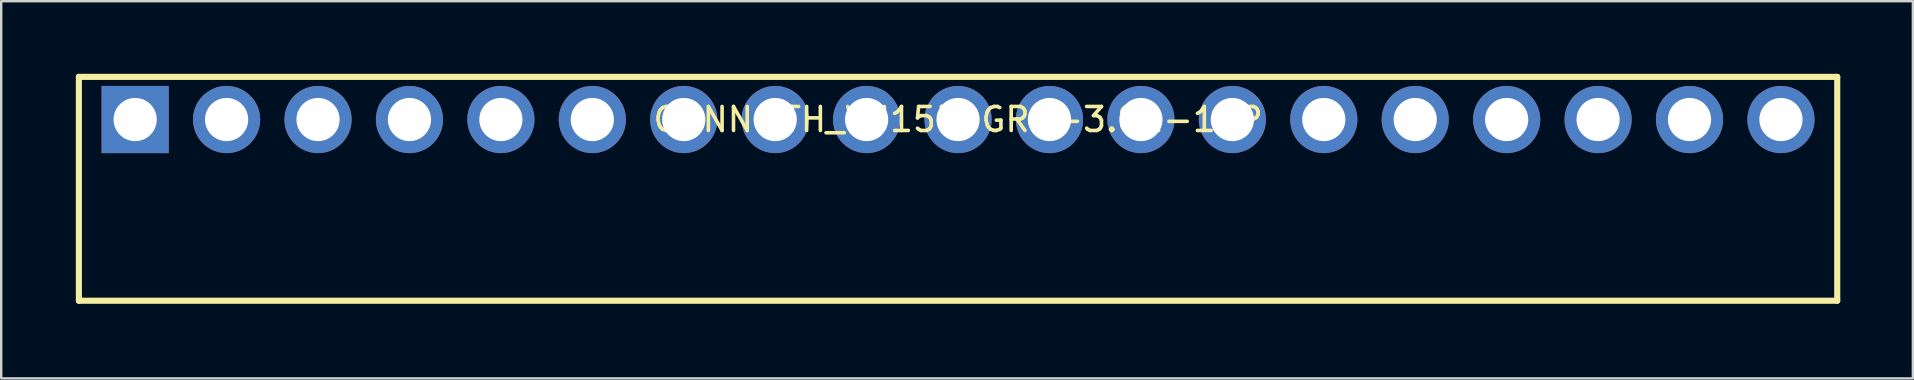
<source format=kicad_pcb>
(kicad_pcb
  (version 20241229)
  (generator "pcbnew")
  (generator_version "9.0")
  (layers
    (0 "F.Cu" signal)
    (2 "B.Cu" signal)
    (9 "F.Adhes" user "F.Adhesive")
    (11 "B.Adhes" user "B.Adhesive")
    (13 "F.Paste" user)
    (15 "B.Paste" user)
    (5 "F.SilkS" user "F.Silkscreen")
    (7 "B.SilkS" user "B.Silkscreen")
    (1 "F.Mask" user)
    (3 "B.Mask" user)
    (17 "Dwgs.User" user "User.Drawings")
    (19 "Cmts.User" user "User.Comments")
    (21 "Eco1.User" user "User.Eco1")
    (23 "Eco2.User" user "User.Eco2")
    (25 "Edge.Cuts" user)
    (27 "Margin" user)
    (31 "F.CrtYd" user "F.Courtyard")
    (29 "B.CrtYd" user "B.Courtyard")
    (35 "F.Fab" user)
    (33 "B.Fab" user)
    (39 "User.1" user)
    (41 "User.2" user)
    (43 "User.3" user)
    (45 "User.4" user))
  (footprint "CONN-TH_WJ15EDGRC-3.81-19P"
    (layer "F.Cu")
    (at 36.872 1.931)
    (property "Reference" "CONN-TH_WJ15EDGRC-3.81-19P" (at 0 0 0) (unlocked yes) (layer "F.SilkS") (effects (font (size 1 1) (thickness 0.15))))
    (fp_line (start -36.635 -1.778) (end -36.635 7.55) (stroke (width 0.254) (type default)) (layer "F.SilkS"))
    (fp_line (start -36.635 -1.778) (end 36.635 -1.778) (stroke (width 0.254) (type default)) (layer "F.SilkS"))
    (fp_line (start -36.635 7.55) (end 36.635 7.55) (stroke (width 0.254) (type default)) (layer "F.SilkS"))
    (fp_line (start 36.635 -1.778) (end 36.635 7.55) (stroke (width 0.254) (type default)) (layer "F.SilkS"))
    (fp_poly (pts (xy -33.49 0) (xy -33.51 -0.178) (xy -33.569 -0.347) (xy -33.665 -0.499) (xy -33.791 -0.625) (xy -33.943 -0.721) (xy -34.112 -0.78) (xy -34.29 -0.8) (xy -34.468 -0.78) (xy -34.637 -0.721) (xy -34.789 -0.625) (xy -34.915 -0.499) (xy -35.011 -0.347) (xy -35.07 -0.178) (xy -35.09 0) (xy -35.07 0.178) (xy -35.011 0.347) (xy -34.915 0.499) (xy -34.789 0.625) (xy -34.637 0.721) (xy -34.468 0.78) (xy -34.29 0.8) (xy -34.112 0.78) (xy -33.943 0.721) (xy -33.791 0.625) (xy -33.665 0.499) (xy -33.569 0.347) (xy -33.51 0.178)) (stroke (width 0.1) (type default)) (fill no) (layer "User.1"))
    (fp_poly (pts (xy -29.68 0) (xy -29.7 -0.178) (xy -29.759 -0.347) (xy -29.855 -0.499) (xy -29.981 -0.625) (xy -30.133 -0.721) (xy -30.302 -0.78) (xy -30.48 -0.8) (xy -30.658 -0.78) (xy -30.827 -0.721) (xy -30.979 -0.625) (xy -31.105 -0.499) (xy -31.201 -0.347) (xy -31.26 -0.178) (xy -31.28 0) (xy -31.26 0.178) (xy -31.201 0.347) (xy -31.105 0.499) (xy -30.979 0.625) (xy -30.827 0.721) (xy -30.658 0.78) (xy -30.48 0.8) (xy -30.302 0.78) (xy -30.133 0.721) (xy -29.981 0.625) (xy -29.855 0.499) (xy -29.759 0.347) (xy -29.7 0.178)) (stroke (width 0.1) (type default)) (fill no) (layer "User.1"))
    (fp_poly (pts (xy -25.87 0) (xy -25.89 -0.178) (xy -25.949 -0.347) (xy -26.045 -0.499) (xy -26.171 -0.625) (xy -26.323 -0.721) (xy -26.492 -0.78) (xy -26.67 -0.8) (xy -26.848 -0.78) (xy -27.017 -0.721) (xy -27.169 -0.625) (xy -27.295 -0.499) (xy -27.391 -0.347) (xy -27.45 -0.178) (xy -27.47 0) (xy -27.45 0.178) (xy -27.391 0.347) (xy -27.295 0.499) (xy -27.169 0.625) (xy -27.017 0.721) (xy -26.848 0.78) (xy -26.67 0.8) (xy -26.492 0.78) (xy -26.323 0.721) (xy -26.171 0.625) (xy -26.045 0.499) (xy -25.949 0.347) (xy -25.89 0.178)) (stroke (width 0.1) (type default)) (fill no) (layer "User.1"))
    (fp_poly (pts (xy -22.06 0) (xy -22.08 -0.178) (xy -22.139 -0.347) (xy -22.235 -0.499) (xy -22.361 -0.625) (xy -22.513 -0.721) (xy -22.682 -0.78) (xy -22.86 -0.8) (xy -23.038 -0.78) (xy -23.207 -0.721) (xy -23.359 -0.625) (xy -23.485 -0.499) (xy -23.581 -0.347) (xy -23.64 -0.178) (xy -23.66 0) (xy -23.64 0.178) (xy -23.581 0.347) (xy -23.485 0.499) (xy -23.359 0.625) (xy -23.207 0.721) (xy -23.038 0.78) (xy -22.86 0.8) (xy -22.682 0.78) (xy -22.513 0.721) (xy -22.361 0.625) (xy -22.235 0.499) (xy -22.139 0.347) (xy -22.08 0.178)) (stroke (width 0.1) (type default)) (fill no) (layer "User.1"))
    (fp_poly (pts (xy -18.25 0) (xy -18.27 -0.178) (xy -18.329 -0.347) (xy -18.425 -0.499) (xy -18.551 -0.625) (xy -18.703 -0.721) (xy -18.872 -0.78) (xy -19.05 -0.8) (xy -19.228 -0.78) (xy -19.397 -0.721) (xy -19.549 -0.625) (xy -19.675 -0.499) (xy -19.771 -0.347) (xy -19.83 -0.178) (xy -19.85 0) (xy -19.83 0.178) (xy -19.771 0.347) (xy -19.675 0.499) (xy -19.549 0.625) (xy -19.397 0.721) (xy -19.228 0.78) (xy -19.05 0.8) (xy -18.872 0.78) (xy -18.703 0.721) (xy -18.551 0.625) (xy -18.425 0.499) (xy -18.329 0.347) (xy -18.27 0.178)) (stroke (width 0.1) (type default)) (fill no) (layer "User.1"))
    (fp_poly (pts (xy -14.44 0) (xy -14.46 -0.178) (xy -14.519 -0.347) (xy -14.615 -0.499) (xy -14.741 -0.625) (xy -14.893 -0.721) (xy -15.062 -0.78) (xy -15.24 -0.8) (xy -15.418 -0.78) (xy -15.587 -0.721) (xy -15.739 -0.625) (xy -15.865 -0.499) (xy -15.961 -0.347) (xy -16.02 -0.178) (xy -16.04 0) (xy -16.02 0.178) (xy -15.961 0.347) (xy -15.865 0.499) (xy -15.739 0.625) (xy -15.587 0.721) (xy -15.418 0.78) (xy -15.24 0.8) (xy -15.062 0.78) (xy -14.893 0.721) (xy -14.741 0.625) (xy -14.615 0.499) (xy -14.519 0.347) (xy -14.46 0.178)) (stroke (width 0.1) (type default)) (fill no) (layer "User.1"))
    (fp_poly (pts (xy -10.63 0) (xy -10.65 -0.178) (xy -10.709 -0.347) (xy -10.805 -0.499) (xy -10.931 -0.625) (xy -11.083 -0.721) (xy -11.252 -0.78) (xy -11.43 -0.8) (xy -11.608 -0.78) (xy -11.777 -0.721) (xy -11.929 -0.625) (xy -12.055 -0.499) (xy -12.151 -0.347) (xy -12.21 -0.178) (xy -12.23 0) (xy -12.21 0.178) (xy -12.151 0.347) (xy -12.055 0.499) (xy -11.929 0.625) (xy -11.777 0.721) (xy -11.608 0.78) (xy -11.43 0.8) (xy -11.252 0.78) (xy -11.083 0.721) (xy -10.931 0.625) (xy -10.805 0.499) (xy -10.709 0.347) (xy -10.65 0.178)) (stroke (width 0.1) (type default)) (fill no) (layer "User.1"))
    (fp_poly (pts (xy -6.82 0) (xy -6.84 -0.178) (xy -6.899 -0.347) (xy -6.995 -0.499) (xy -7.121 -0.625) (xy -7.273 -0.721) (xy -7.442 -0.78) (xy -7.62 -0.8) (xy -7.798 -0.78) (xy -7.967 -0.721) (xy -8.119 -0.625) (xy -8.245 -0.499) (xy -8.341 -0.347) (xy -8.4 -0.178) (xy -8.42 0) (xy -8.4 0.178) (xy -8.341 0.347) (xy -8.245 0.499) (xy -8.119 0.625) (xy -7.967 0.721) (xy -7.798 0.78) (xy -7.62 0.8) (xy -7.442 0.78) (xy -7.273 0.721) (xy -7.121 0.625) (xy -6.995 0.499) (xy -6.899 0.347) (xy -6.84 0.178)) (stroke (width 0.1) (type default)) (fill no) (layer "User.1"))
    (fp_poly (pts (xy -3.01 0) (xy -3.03 -0.178) (xy -3.089 -0.347) (xy -3.185 -0.499) (xy -3.311 -0.625) (xy -3.463 -0.721) (xy -3.632 -0.78) (xy -3.81 -0.8) (xy -3.988 -0.78) (xy -4.157 -0.721) (xy -4.309 -0.625) (xy -4.435 -0.499) (xy -4.531 -0.347) (xy -4.59 -0.178) (xy -4.61 0) (xy -4.59 0.178) (xy -4.531 0.347) (xy -4.435 0.499) (xy -4.309 0.625) (xy -4.157 0.721) (xy -3.988 0.78) (xy -3.81 0.8) (xy -3.632 0.78) (xy -3.463 0.721) (xy -3.311 0.625) (xy -3.185 0.499) (xy -3.089 0.347) (xy -3.03 0.178)) (stroke (width 0.1) (type default)) (fill no) (layer "User.1"))
    (fp_poly (pts (xy 0.8 0) (xy 0.78 -0.178) (xy 0.721 -0.347) (xy 0.625 -0.499) (xy 0.499 -0.625) (xy 0.347 -0.721) (xy 0.178 -0.78) (xy 0 -0.8) (xy -0.178 -0.78) (xy -0.347 -0.721) (xy -0.499 -0.625) (xy -0.625 -0.499) (xy -0.721 -0.347) (xy -0.78 -0.178) (xy -0.8 0) (xy -0.78 0.178) (xy -0.721 0.347) (xy -0.625 0.499) (xy -0.499 0.625) (xy -0.347 0.721) (xy -0.178 0.78) (xy 0 0.8) (xy 0.178 0.78) (xy 0.347 0.721) (xy 0.499 0.625) (xy 0.625 0.499) (xy 0.721 0.347) (xy 0.78 0.178)) (stroke (width 0.1) (type default)) (fill no) (layer "User.1"))
    (fp_poly (pts (xy 4.61 0) (xy 4.59 -0.178) (xy 4.531 -0.347) (xy 4.435 -0.499) (xy 4.309 -0.625) (xy 4.157 -0.721) (xy 3.988 -0.78) (xy 3.81 -0.8) (xy 3.632 -0.78) (xy 3.463 -0.721) (xy 3.311 -0.625) (xy 3.185 -0.499) (xy 3.089 -0.347) (xy 3.03 -0.178) (xy 3.01 0) (xy 3.03 0.178) (xy 3.089 0.347) (xy 3.185 0.499) (xy 3.311 0.625) (xy 3.463 0.721) (xy 3.632 0.78) (xy 3.81 0.8) (xy 3.988 0.78) (xy 4.157 0.721) (xy 4.309 0.625) (xy 4.435 0.499) (xy 4.531 0.347) (xy 4.59 0.178)) (stroke (width 0.1) (type default)) (fill no) (layer "User.1"))
    (fp_poly (pts (xy 8.42 0) (xy 8.4 -0.178) (xy 8.341 -0.347) (xy 8.245 -0.499) (xy 8.119 -0.625) (xy 7.967 -0.721) (xy 7.798 -0.78) (xy 7.62 -0.8) (xy 7.442 -0.78) (xy 7.273 -0.721) (xy 7.121 -0.625) (xy 6.995 -0.499) (xy 6.899 -0.347) (xy 6.84 -0.178) (xy 6.82 0) (xy 6.84 0.178) (xy 6.899 0.347) (xy 6.995 0.499) (xy 7.121 0.625) (xy 7.273 0.721) (xy 7.442 0.78) (xy 7.62 0.8) (xy 7.798 0.78) (xy 7.967 0.721) (xy 8.119 0.625) (xy 8.245 0.499) (xy 8.341 0.347) (xy 8.4 0.178)) (stroke (width 0.1) (type default)) (fill no) (layer "User.1"))
    (fp_poly (pts (xy 12.23 0) (xy 12.21 -0.178) (xy 12.151 -0.347) (xy 12.055 -0.499) (xy 11.929 -0.625) (xy 11.777 -0.721) (xy 11.608 -0.78) (xy 11.43 -0.8) (xy 11.252 -0.78) (xy 11.083 -0.721) (xy 10.931 -0.625) (xy 10.805 -0.499) (xy 10.709 -0.347) (xy 10.65 -0.178) (xy 10.63 0) (xy 10.65 0.178) (xy 10.709 0.347) (xy 10.805 0.499) (xy 10.931 0.625) (xy 11.083 0.721) (xy 11.252 0.78) (xy 11.43 0.8) (xy 11.608 0.78) (xy 11.777 0.721) (xy 11.929 0.625) (xy 12.055 0.499) (xy 12.151 0.347) (xy 12.21 0.178)) (stroke (width 0.1) (type default)) (fill no) (layer "User.1"))
    (fp_poly (pts (xy 16.04 0) (xy 16.02 -0.178) (xy 15.961 -0.347) (xy 15.865 -0.499) (xy 15.739 -0.625) (xy 15.587 -0.721) (xy 15.418 -0.78) (xy 15.24 -0.8) (xy 15.062 -0.78) (xy 14.893 -0.721) (xy 14.741 -0.625) (xy 14.615 -0.499) (xy 14.519 -0.347) (xy 14.46 -0.178) (xy 14.44 0) (xy 14.46 0.178) (xy 14.519 0.347) (xy 14.615 0.499) (xy 14.741 0.625) (xy 14.893 0.721) (xy 15.062 0.78) (xy 15.24 0.8) (xy 15.418 0.78) (xy 15.587 0.721) (xy 15.739 0.625) (xy 15.865 0.499) (xy 15.961 0.347) (xy 16.02 0.178)) (stroke (width 0.1) (type default)) (fill no) (layer "User.1"))
    (fp_poly (pts (xy 19.85 0) (xy 19.83 -0.178) (xy 19.771 -0.347) (xy 19.675 -0.499) (xy 19.549 -0.625) (xy 19.397 -0.721) (xy 19.228 -0.78) (xy 19.05 -0.8) (xy 18.872 -0.78) (xy 18.703 -0.721) (xy 18.551 -0.625) (xy 18.425 -0.499) (xy 18.329 -0.347) (xy 18.27 -0.178) (xy 18.25 0) (xy 18.27 0.178) (xy 18.329 0.347) (xy 18.425 0.499) (xy 18.551 0.625) (xy 18.703 0.721) (xy 18.872 0.78) (xy 19.05 0.8) (xy 19.228 0.78) (xy 19.397 0.721) (xy 19.549 0.625) (xy 19.675 0.499) (xy 19.771 0.347) (xy 19.83 0.178)) (stroke (width 0.1) (type default)) (fill no) (layer "User.1"))
    (fp_poly (pts (xy 23.66 0) (xy 23.64 -0.178) (xy 23.581 -0.347) (xy 23.485 -0.499) (xy 23.359 -0.625) (xy 23.207 -0.721) (xy 23.038 -0.78) (xy 22.86 -0.8) (xy 22.682 -0.78) (xy 22.513 -0.721) (xy 22.361 -0.625) (xy 22.235 -0.499) (xy 22.139 -0.347) (xy 22.08 -0.178) (xy 22.06 0) (xy 22.08 0.178) (xy 22.139 0.347) (xy 22.235 0.499) (xy 22.361 0.625) (xy 22.513 0.721) (xy 22.682 0.78) (xy 22.86 0.8) (xy 23.038 0.78) (xy 23.207 0.721) (xy 23.359 0.625) (xy 23.485 0.499) (xy 23.581 0.347) (xy 23.64 0.178)) (stroke (width 0.1) (type default)) (fill no) (layer "User.1"))
    (fp_poly (pts (xy 27.47 0) (xy 27.45 -0.178) (xy 27.391 -0.347) (xy 27.295 -0.499) (xy 27.169 -0.625) (xy 27.017 -0.721) (xy 26.848 -0.78) (xy 26.67 -0.8) (xy 26.492 -0.78) (xy 26.323 -0.721) (xy 26.171 -0.625) (xy 26.045 -0.499) (xy 25.949 -0.347) (xy 25.89 -0.178) (xy 25.87 0) (xy 25.89 0.178) (xy 25.949 0.347) (xy 26.045 0.499) (xy 26.171 0.625) (xy 26.323 0.721) (xy 26.492 0.78) (xy 26.67 0.8) (xy 26.848 0.78) (xy 27.017 0.721) (xy 27.169 0.625) (xy 27.295 0.499) (xy 27.391 0.347) (xy 27.45 0.178)) (stroke (width 0.1) (type default)) (fill no) (layer "User.1"))
    (fp_poly (pts (xy 31.28 0) (xy 31.26 -0.178) (xy 31.201 -0.347) (xy 31.105 -0.499) (xy 30.979 -0.625) (xy 30.827 -0.721) (xy 30.658 -0.78) (xy 30.48 -0.8) (xy 30.302 -0.78) (xy 30.133 -0.721) (xy 29.981 -0.625) (xy 29.855 -0.499) (xy 29.759 -0.347) (xy 29.7 -0.178) (xy 29.68 0) (xy 29.7 0.178) (xy 29.759 0.347) (xy 29.855 0.499) (xy 29.981 0.625) (xy 30.133 0.721) (xy 30.302 0.78) (xy 30.48 0.8) (xy 30.658 0.78) (xy 30.827 0.721) (xy 30.979 0.625) (xy 31.105 0.499) (xy 31.201 0.347) (xy 31.26 0.178)) (stroke (width 0.1) (type default)) (fill no) (layer "User.1"))
    (fp_poly (pts (xy 35.09 0) (xy 35.07 -0.178) (xy 35.011 -0.347) (xy 34.915 -0.499) (xy 34.789 -0.625) (xy 34.637 -0.721) (xy 34.468 -0.78) (xy 34.29 -0.8) (xy 34.112 -0.78) (xy 33.943 -0.721) (xy 33.791 -0.625) (xy 33.665 -0.499) (xy 33.569 -0.347) (xy 33.51 -0.178) (xy 33.49 0) (xy 33.51 0.178) (xy 33.569 0.347) (xy 33.665 0.499) (xy 33.791 0.625) (xy 33.943 0.721) (xy 34.112 0.78) (xy 34.29 0.8) (xy 34.468 0.78) (xy 34.637 0.721) (xy 34.789 0.625) (xy 34.915 0.499) (xy 35.011 0.347) (xy 35.07 0.178)) (stroke (width 0.1) (type default)) (fill no) (layer "User.1"))
    (fp_line (start -36.762 -1.905) (end 36.762 -1.905) (stroke (width 0.051) (type default)) (layer "User.2"))
    (fp_line (start -36.762 7.677) (end -36.762 -1.905) (stroke (width 0.051) (type default)) (layer "User.2"))
    (fp_line (start 36.762 -1.905) (end 36.762 7.677) (stroke (width 0.051) (type default)) (layer "User.2"))
    (fp_line (start 36.762 7.677) (end -36.762 7.677) (stroke (width 0.051) (type default)) (layer "User.2"))
    (fp_poly (pts (xy -36.702 7.677) (xy -36.72 7.635) (xy -36.762 7.617) (xy -36.804 7.635) (xy -36.822 7.677) (xy -36.804 7.719) (xy -36.762 7.737) (xy -36.72 7.719)) (stroke (width 0.1) (type default)) (fill no) (layer "User.3"))
    (pad "1" thru_hole rect (at -34.29 0) (size 2.8 2.8) (drill 1.8) (layers "*.Cu" "*.Mask"))
    (pad "2" thru_hole circle (at -30.48 0) (size 2.8 2.8) (drill 1.8) (layers "*.Cu" "*.Mask"))
    (pad "3" thru_hole circle (at -26.67 0) (size 2.8 2.8) (drill 1.8) (layers "*.Cu" "*.Mask"))
    (pad "4" thru_hole circle (at -22.86 0) (size 2.8 2.8) (drill 1.8) (layers "*.Cu" "*.Mask"))
    (pad "5" thru_hole circle (at -19.05 0) (size 2.8 2.8) (drill 1.8) (layers "*.Cu" "*.Mask"))
    (pad "6" thru_hole circle (at -15.24 0) (size 2.8 2.8) (drill 1.8) (layers "*.Cu" "*.Mask"))
    (pad "7" thru_hole circle (at -11.43 0) (size 2.8 2.8) (drill 1.8) (layers "*.Cu" "*.Mask"))
    (pad "8" thru_hole circle (at -7.62 0) (size 2.8 2.8) (drill 1.8) (layers "*.Cu" "*.Mask"))
    (pad "9" thru_hole circle (at -3.81 0) (size 2.8 2.8) (drill 1.8) (layers "*.Cu" "*.Mask"))
    (pad "10" thru_hole circle (at 0 0) (size 2.8 2.8) (drill 1.8) (layers "*.Cu" "*.Mask"))
    (pad "11" thru_hole circle (at 3.81 0) (size 2.8 2.8) (drill 1.8) (layers "*.Cu" "*.Mask"))
    (pad "12" thru_hole circle (at 7.62 0) (size 2.8 2.8) (drill 1.8) (layers "*.Cu" "*.Mask"))
    (pad "13" thru_hole circle (at 11.43 0) (size 2.8 2.8) (drill 1.8) (layers "*.Cu" "*.Mask"))
    (pad "14" thru_hole circle (at 15.24 0) (size 2.8 2.8) (drill 1.8) (layers "*.Cu" "*.Mask"))
    (pad "15" thru_hole circle (at 19.05 0) (size 2.8 2.8) (drill 1.8) (layers "*.Cu" "*.Mask"))
    (pad "16" thru_hole circle (at 22.86 0) (size 2.8 2.8) (drill 1.8) (layers "*.Cu" "*.Mask"))
    (pad "17" thru_hole circle (at 26.67 0) (size 2.8 2.8) (drill 1.8) (layers "*.Cu" "*.Mask"))
    (pad "18" thru_hole circle (at 30.48 0) (size 2.8 2.8) (drill 1.8) (layers "*.Cu" "*.Mask"))
    (pad "19" thru_hole circle (at 34.29 0) (size 2.8 2.8) (drill 1.8) (layers "*.Cu" "*.Mask")))
  (gr_rect
    (start -3 -3)
    (end 76.659 12.717)
    (stroke (width 0.1) (type default))
    (fill no)
    (layer "Edge.Cuts")))
</source>
